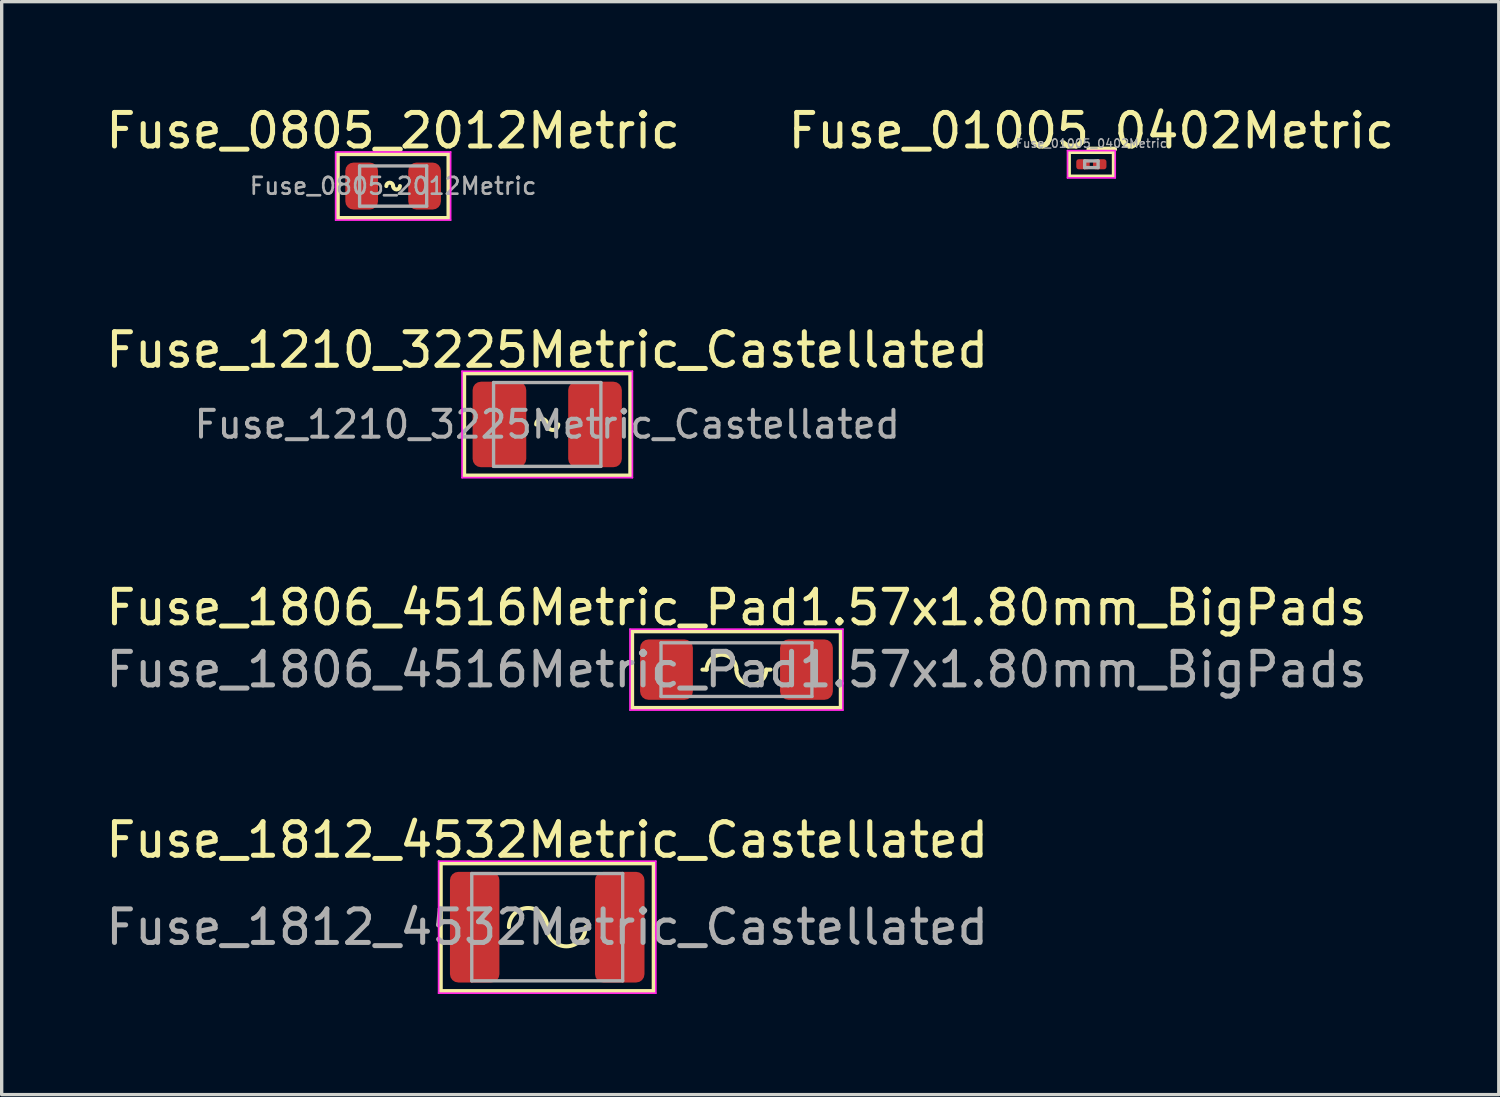
<source format=kicad_pcb>
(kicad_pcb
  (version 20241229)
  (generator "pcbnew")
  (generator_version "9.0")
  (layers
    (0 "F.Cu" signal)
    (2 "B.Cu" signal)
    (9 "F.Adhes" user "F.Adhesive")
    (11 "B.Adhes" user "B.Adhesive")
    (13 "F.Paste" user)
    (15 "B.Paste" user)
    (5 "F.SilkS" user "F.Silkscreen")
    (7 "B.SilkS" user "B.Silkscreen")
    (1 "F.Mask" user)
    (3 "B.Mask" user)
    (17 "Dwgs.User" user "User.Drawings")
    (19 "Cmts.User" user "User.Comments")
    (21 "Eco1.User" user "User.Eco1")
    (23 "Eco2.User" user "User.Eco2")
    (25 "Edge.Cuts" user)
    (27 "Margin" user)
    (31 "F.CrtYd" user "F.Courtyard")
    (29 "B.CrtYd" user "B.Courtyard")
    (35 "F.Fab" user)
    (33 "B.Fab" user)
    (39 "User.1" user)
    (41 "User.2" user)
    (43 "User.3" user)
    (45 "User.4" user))
  (footprint "Fuse_0805_2012Metric"
    (layer "F.Cu")
    (at 8.673 2.498)
    (property "Reference" "Fuse_0805_2012Metric" (at 0 -1.65 0) (layer "F.SilkS") (effects (font (size 1 1) (thickness 0.15))))
    (attr smd)
    (fp_line (start -1.651 -0.953) (end 1.651 -0.953) (stroke (width 0.12) (type solid)) (layer "F.SilkS"))
    (fp_line (start -1.651 0.953) (end -1.651 -0.953) (stroke (width 0.12) (type solid)) (layer "F.SilkS"))
    (fp_line (start 1.651 -0.953) (end 1.651 0.953) (stroke (width 0.12) (type solid)) (layer "F.SilkS"))
    (fp_line (start 1.651 0.953) (end -1.651 0.953) (stroke (width 0.12) (type solid)) (layer "F.SilkS"))
    (fp_arc (start -0.2032 0) (mid -0.1016 -0.1016) (end 0 0) (stroke (width 0.12) (type solid)) (layer "F.SilkS"))
    (fp_arc (start 0.2032 0) (mid 0.1016 0.1016) (end 0 0) (stroke (width 0.12) (type solid)) (layer "F.SilkS"))
    (fp_line (start -1.714 -1.016) (end 1.714 -1.016) (stroke (width 0.05) (type solid)) (layer "F.CrtYd"))
    (fp_line (start -1.714 1.016) (end -1.714 -1.016) (stroke (width 0.05) (type solid)) (layer "F.CrtYd"))
    (fp_line (start 1.714 -1.016) (end 1.714 1.016) (stroke (width 0.05) (type solid)) (layer "F.CrtYd"))
    (fp_line (start 1.714 1.016) (end -1.714 1.016) (stroke (width 0.05) (type solid)) (layer "F.CrtYd"))
    (fp_line (start -1 -0.6) (end 1 -0.6) (stroke (width 0.1) (type solid)) (layer "F.Fab"))
    (fp_line (start -1 0.6) (end -1 -0.6) (stroke (width 0.1) (type solid)) (layer "F.Fab"))
    (fp_line (start 1 -0.6) (end 1 0.6) (stroke (width 0.1) (type solid)) (layer "F.Fab"))
    (fp_line (start 1 0.6) (end -1 0.6) (stroke (width 0.1) (type solid)) (layer "F.Fab"))
    (fp_text user "${REFERENCE}" (at 0 0 0) (layer "F.Fab") (effects (font (size 0.5 0.5) (thickness 0.08))))
    (pad "1" smd roundrect (at -0.938 0) (size 0.975 1.4) (layers "F.Cu" "F.Mask" "F.Paste") (roundrect_rratio 0.25))
    (pad "2" smd roundrect (at 0.938 0) (size 0.975 1.4) (layers "F.Cu" "F.Mask" "F.Paste") (roundrect_rratio 0.25)))
  (footprint "Fuse_1210_3225Metric_Castellated"
    (layer "F.Cu")
    (at 13.268 9.607)
    (property "Reference" "Fuse_1210_3225Metric_Castellated" (at 0 -2.22 0) (layer "F.SilkS") (effects (font (size 1 1) (thickness 0.15))))
    (attr smd)
    (fp_line (start -2.477 -1.524) (end 2.477 -1.524) (stroke (width 0.12) (type solid)) (layer "F.SilkS"))
    (fp_line (start -2.477 1.524) (end -2.477 -1.524) (stroke (width 0.12) (type solid)) (layer "F.SilkS"))
    (fp_line (start 2.477 -1.524) (end 2.477 1.524) (stroke (width 0.12) (type solid)) (layer "F.SilkS"))
    (fp_line (start 2.477 1.524) (end -2.477 1.524) (stroke (width 0.12) (type solid)) (layer "F.SilkS"))
    (fp_arc (start -0.3302 0) (mid -0.1651 -0.1651) (end 0 0) (stroke (width 0.12) (type solid)) (layer "F.SilkS"))
    (fp_arc (start 0.3302 0) (mid 0.1651 0.1651) (end 0 0) (stroke (width 0.12) (type solid)) (layer "F.SilkS"))
    (fp_line (start -2.54 -1.587) (end 2.54 -1.587) (stroke (width 0.05) (type solid)) (layer "F.CrtYd"))
    (fp_line (start -2.54 1.587) (end -2.54 -1.587) (stroke (width 0.05) (type solid)) (layer "F.CrtYd"))
    (fp_line (start 2.54 -1.587) (end 2.54 1.587) (stroke (width 0.05) (type solid)) (layer "F.CrtYd"))
    (fp_line (start 2.54 1.587) (end -2.54 1.587) (stroke (width 0.05) (type solid)) (layer "F.CrtYd"))
    (fp_line (start -1.6 -1.25) (end 1.6 -1.25) (stroke (width 0.1) (type solid)) (layer "F.Fab"))
    (fp_line (start -1.6 1.25) (end -1.6 -1.25) (stroke (width 0.1) (type solid)) (layer "F.Fab"))
    (fp_line (start 1.6 -1.25) (end 1.6 1.25) (stroke (width 0.1) (type solid)) (layer "F.Fab"))
    (fp_line (start 1.6 1.25) (end -1.6 1.25) (stroke (width 0.1) (type solid)) (layer "F.Fab"))
    (fp_text user "${REFERENCE}" (at 0 0 0) (layer "F.Fab") (effects (font (size 0.8 0.8) (thickness 0.12))))
    (pad "1" smd roundrect (at -1.425 0) (size 1.6 2.55) (layers "F.Cu" "F.Mask" "F.Paste") (roundrect_rratio 0.156))
    (pad "2" smd roundrect (at 1.425 0) (size 1.6 2.55) (layers "F.Cu" "F.Mask" "F.Paste") (roundrect_rratio 0.156)))
  (footprint "Fuse_1806_4516Metric_Pad1.57x1.80mm_BigPads"
    (layer "F.Cu")
    (at 18.911 16.918)
    (property "Reference" "Fuse_1806_4516Metric_Pad1.57x1.80mm_BigPads" (at 0 -1.85 0) (layer "F.SilkS") (effects (font (size 1 1) (thickness 0.15))))
    (attr smd)
    (fp_line (start -3.111 -1.143) (end 3.111 -1.143) (stroke (width 0.12) (type solid)) (layer "F.SilkS"))
    (fp_line (start -3.111 1.143) (end -3.111 -1.143) (stroke (width 0.12) (type solid)) (layer "F.SilkS"))
    (fp_line (start -0.889 0) (end -1.016 0) (stroke (width 0.12) (type solid)) (layer "F.SilkS"))
    (fp_line (start 0.889 0) (end 1.016 0) (stroke (width 0.12) (type solid)) (layer "F.SilkS"))
    (fp_line (start 3.111 -1.143) (end 3.111 1.143) (stroke (width 0.12) (type solid)) (layer "F.SilkS"))
    (fp_line (start 3.111 1.143) (end -3.111 1.143) (stroke (width 0.12) (type solid)) (layer "F.SilkS"))
    (fp_arc (start -0.889 0) (mid -0.4445 -0.4445) (end 0 0) (stroke (width 0.12) (type solid)) (layer "F.SilkS"))
    (fp_arc (start 0.889 0) (mid 0.4445 0.4445) (end 0 0) (stroke (width 0.12) (type solid)) (layer "F.SilkS"))
    (fp_line (start -3.175 -1.206) (end 3.175 -1.206) (stroke (width 0.05) (type solid)) (layer "F.CrtYd"))
    (fp_line (start -3.175 1.206) (end -3.175 -1.206) (stroke (width 0.05) (type solid)) (layer "F.CrtYd"))
    (fp_line (start 3.175 -1.206) (end 3.175 1.206) (stroke (width 0.05) (type solid)) (layer "F.CrtYd"))
    (fp_line (start 3.175 1.206) (end -3.175 1.206) (stroke (width 0.05) (type solid)) (layer "F.CrtYd"))
    (fp_line (start -2.25 -0.8) (end 2.25 -0.8) (stroke (width 0.1) (type solid)) (layer "F.Fab"))
    (fp_line (start -2.25 0.8) (end -2.25 -0.8) (stroke (width 0.1) (type solid)) (layer "F.Fab"))
    (fp_line (start 2.25 -0.8) (end 2.25 0.8) (stroke (width 0.1) (type solid)) (layer "F.Fab"))
    (fp_line (start 2.25 0.8) (end -2.25 0.8) (stroke (width 0.1) (type solid)) (layer "F.Fab"))
    (fp_text user "${REFERENCE}" (at 0 0 0) (layer "F.Fab") (effects (font (size 1 1) (thickness 0.15))))
    (pad "1" smd roundrect (at -2.087 0) (size 1.575 1.8) (layers "F.Cu" "F.Mask" "F.Paste") (roundrect_rratio 0.159))
    (pad "2" smd roundrect (at 2.087 0) (size 1.575 1.8) (layers "F.Cu" "F.Mask" "F.Paste") (roundrect_rratio 0.159)))
  (footprint "Fuse_1812_4532Metric_Castellated"
    (layer "F.Cu")
    (at 13.268 24.598)
    (property "Reference" "Fuse_1812_4532Metric_Castellated" (at 0 -2.6 0) (layer "F.SilkS") (effects (font (size 1 1) (thickness 0.15))))
    (attr smd)
    (fp_line (start -3.175 -1.905) (end 3.175 -1.905) (stroke (width 0.12) (type solid)) (layer "F.SilkS"))
    (fp_line (start -3.175 1.905) (end -3.175 -1.905) (stroke (width 0.12) (type solid)) (layer "F.SilkS"))
    (fp_line (start 3.175 -1.905) (end 3.175 1.905) (stroke (width 0.12) (type solid)) (layer "F.SilkS"))
    (fp_line (start 3.175 1.905) (end -3.175 1.905) (stroke (width 0.12) (type solid)) (layer "F.SilkS"))
    (fp_arc (start -1.143 0) (mid -0.5715 -0.5715) (end 0 0) (stroke (width 0.12) (type solid)) (layer "F.SilkS"))
    (fp_arc (start 1.143 0) (mid 0.5715 0.5715) (end 0 0) (stroke (width 0.12) (type solid)) (layer "F.SilkS"))
    (fp_line (start -3.239 -1.968) (end 3.239 -1.968) (stroke (width 0.05) (type solid)) (layer "F.CrtYd"))
    (fp_line (start -3.239 1.968) (end -3.239 -1.968) (stroke (width 0.05) (type solid)) (layer "F.CrtYd"))
    (fp_line (start 3.239 -1.968) (end 3.239 1.968) (stroke (width 0.05) (type solid)) (layer "F.CrtYd"))
    (fp_line (start 3.239 1.968) (end -3.239 1.968) (stroke (width 0.05) (type solid)) (layer "F.CrtYd"))
    (fp_line (start -2.25 -1.6) (end 2.25 -1.6) (stroke (width 0.1) (type solid)) (layer "F.Fab"))
    (fp_line (start -2.25 1.6) (end -2.25 -1.6) (stroke (width 0.1) (type solid)) (layer "F.Fab"))
    (fp_line (start 2.25 -1.6) (end 2.25 1.6) (stroke (width 0.1) (type solid)) (layer "F.Fab"))
    (fp_line (start 2.25 1.6) (end -2.25 1.6) (stroke (width 0.1) (type solid)) (layer "F.Fab"))
    (fp_text user "${REFERENCE}" (at 0 0 0) (layer "F.Fab") (effects (font (size 1 1) (thickness 0.15))))
    (pad "1" smd roundrect (at -2.163 0) (size 1.475 3.3) (layers "F.Cu" "F.Mask" "F.Paste") (roundrect_rratio 0.169))
    (pad "2" smd roundrect (at 2.163 0) (size 1.475 3.3) (layers "F.Cu" "F.Mask" "F.Paste") (roundrect_rratio 0.169)))
  (footprint "Fuse_01005_0402Metric"
    (layer "F.Cu")
    (at 29.494 1.848)
    (property "Reference" "Fuse_01005_0402Metric" (at 0 -1 0) (layer "F.SilkS") (effects (font (size 1 1) (thickness 0.15))))
    (attr smd)
    (fp_line (start -0.66 -0.356) (end 0.66 -0.356) (stroke (width 0.1) (type solid)) (layer "F.SilkS"))
    (fp_line (start -0.66 0.356) (end -0.66 -0.356) (stroke (width 0.1) (type solid)) (layer "F.SilkS"))
    (fp_line (start 0.66 -0.356) (end 0.66 0.356) (stroke (width 0.1) (type solid)) (layer "F.SilkS"))
    (fp_line (start 0.66 0.356) (end -0.66 0.356) (stroke (width 0.1) (type solid)) (layer "F.SilkS"))
    (fp_line (start -0.711 -0.406) (end 0.711 -0.406) (stroke (width 0.05) (type solid)) (layer "F.CrtYd"))
    (fp_line (start -0.711 0.406) (end -0.711 -0.406) (stroke (width 0.05) (type solid)) (layer "F.CrtYd"))
    (fp_line (start 0.711 -0.406) (end 0.711 0.406) (stroke (width 0.05) (type solid)) (layer "F.CrtYd"))
    (fp_line (start 0.711 0.406) (end -0.711 0.406) (stroke (width 0.05) (type solid)) (layer "F.CrtYd"))
    (fp_line (start -0.2 -0.1) (end 0.2 -0.1) (stroke (width 0.1) (type solid)) (layer "F.Fab"))
    (fp_line (start -0.2 0.1) (end -0.2 -0.1) (stroke (width 0.1) (type solid)) (layer "F.Fab"))
    (fp_line (start 0.2 -0.1) (end 0.2 0.1) (stroke (width 0.1) (type solid)) (layer "F.Fab"))
    (fp_line (start 0.2 0.1) (end -0.2 0.1) (stroke (width 0.1) (type solid)) (layer "F.Fab"))
    (fp_text user "${REFERENCE}" (at 0 -0.62 0) (layer "F.Fab") (effects (font (size 0.25 0.25) (thickness 0.04))))
    (pad "" smd roundrect (at -0.275 0) (size 0.27 0.27) (layers "F.Paste") (roundrect_rratio 0.25))
    (pad "" smd roundrect (at 0.275 0) (size 0.27 0.27) (layers "F.Paste") (roundrect_rratio 0.25))
    (pad "1" smd roundrect (at -0.25 0) (size 0.4 0.3) (layers "F.Cu" "F.Mask") (roundrect_rratio 0.25))
    (pad "2" smd roundrect (at 0.25 0) (size 0.4 0.3) (layers "F.Cu" "F.Mask") (roundrect_rratio 0.25)))
  (gr_rect
    (start -3 -3)
    (end 41.643 29.591)
    (stroke (width 0.1) (type default))
    (fill no)
    (layer "Edge.Cuts")))
</source>
